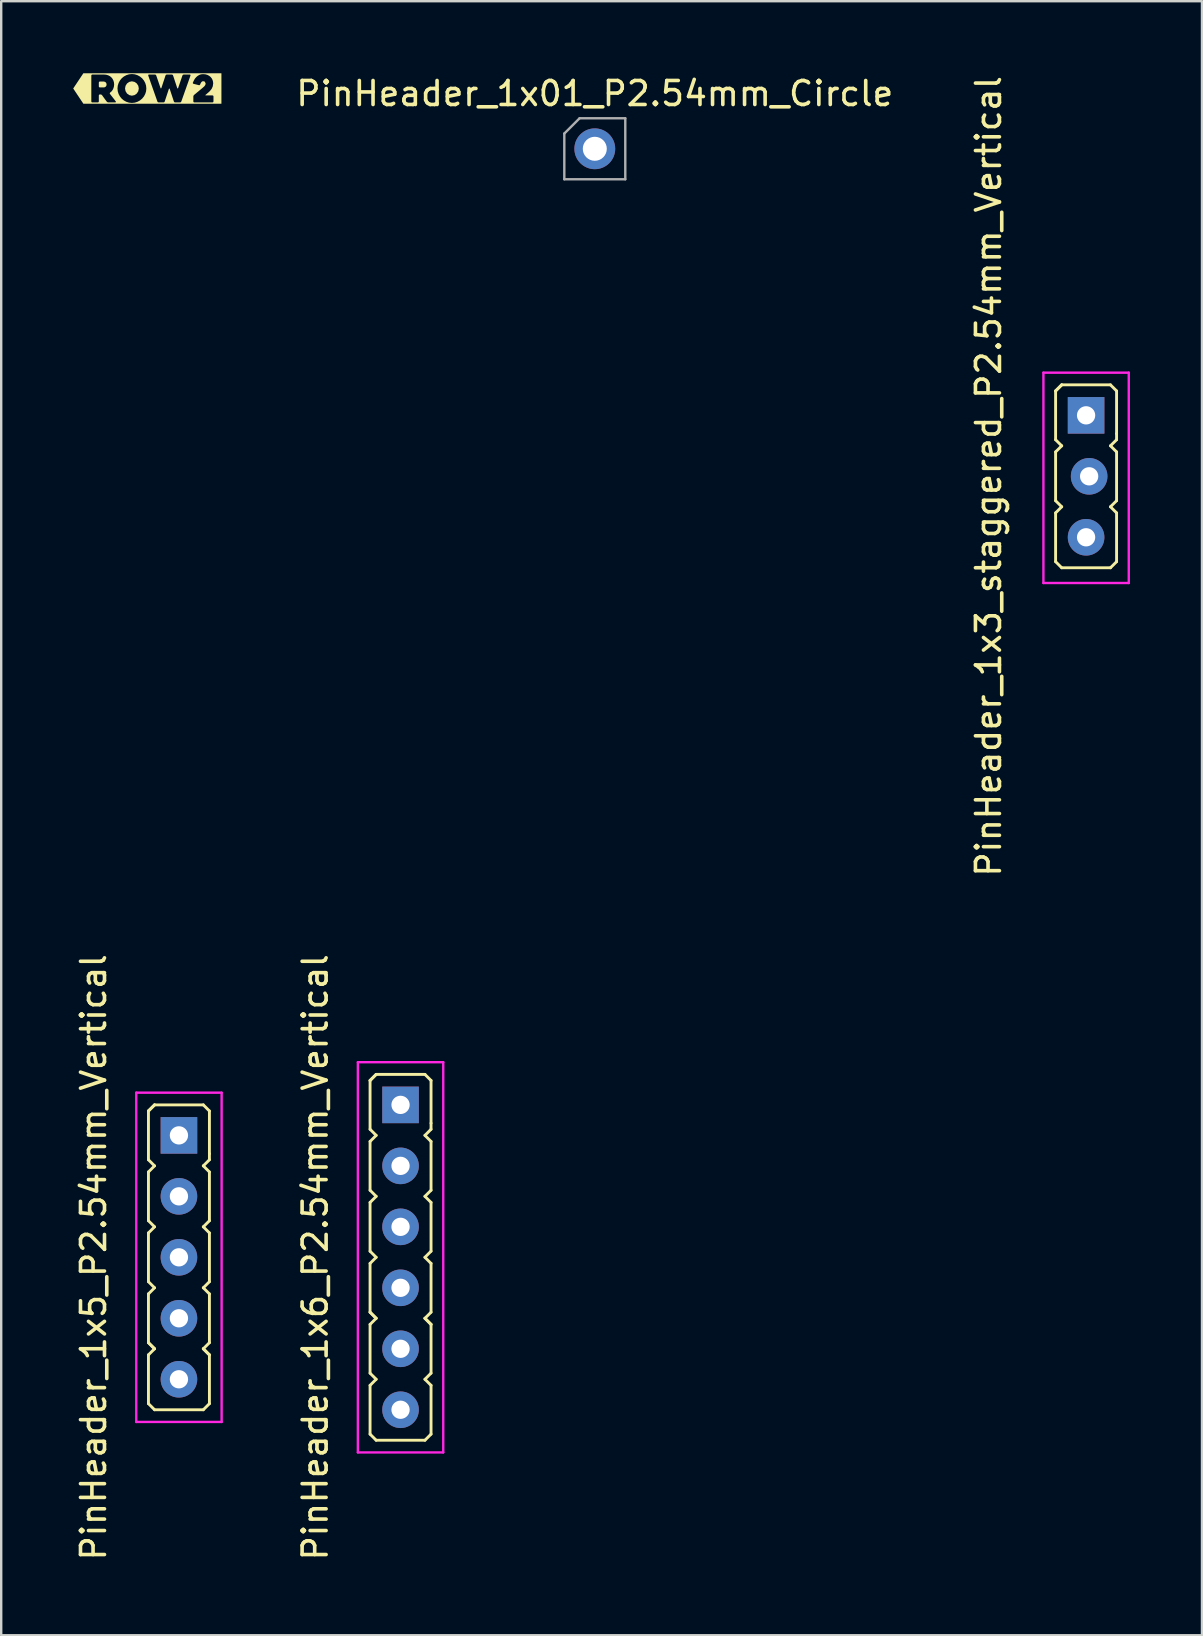
<source format=kicad_pcb>
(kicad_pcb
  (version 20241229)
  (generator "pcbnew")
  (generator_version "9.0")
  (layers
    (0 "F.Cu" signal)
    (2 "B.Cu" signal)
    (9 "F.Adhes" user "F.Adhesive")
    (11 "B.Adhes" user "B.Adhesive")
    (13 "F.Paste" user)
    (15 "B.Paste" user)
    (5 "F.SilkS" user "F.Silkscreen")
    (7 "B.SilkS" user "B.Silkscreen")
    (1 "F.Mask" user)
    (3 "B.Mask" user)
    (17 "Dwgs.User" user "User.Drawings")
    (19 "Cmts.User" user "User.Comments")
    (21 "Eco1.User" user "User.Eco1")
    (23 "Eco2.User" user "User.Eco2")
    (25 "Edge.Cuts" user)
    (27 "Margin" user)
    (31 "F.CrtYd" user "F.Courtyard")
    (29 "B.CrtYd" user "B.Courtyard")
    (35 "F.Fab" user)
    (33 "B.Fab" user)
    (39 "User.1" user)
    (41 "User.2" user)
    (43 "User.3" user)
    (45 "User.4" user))
  (footprint "PinHeader_1x01_P2.54mm_Circle"
    (layer "F.Cu")
    (at 21.728 3.148)
    (property "Reference" "PinHeader_1x01_P2.54mm_Circle" (at 0 -2.3 0) (layer "F.SilkS") (effects (font (size 1 1) (thickness 0.15))))
    (attr through_hole exclude_from_bom)
    (fp_line (start -1.27 -0.635) (end -0.635 -1.27) (stroke (width 0.1) (type solid)) (layer "F.Fab"))
    (fp_line (start -1.27 1.27) (end -1.27 -0.635) (stroke (width 0.1) (type solid)) (layer "F.Fab"))
    (fp_line (start -0.635 -1.27) (end 1.27 -1.27) (stroke (width 0.1) (type solid)) (layer "F.Fab"))
    (fp_line (start 1.27 -1.27) (end 1.27 1.27) (stroke (width 0.1) (type solid)) (layer "F.Fab"))
    (fp_line (start 1.27 1.27) (end -1.27 1.27) (stroke (width 0.1) (type solid)) (layer "F.Fab"))
    (pad "1" thru_hole circle (at 0 0) (size 1.7 1.7) (drill 1) (layers "*.Cu" "*.Mask")))
  (footprint "PinHeader_1x3_staggered_P2.54mm_Vertical"
    (layer "F.Cu")
    (at 42.194 16.792)
    (property "Reference" "PinHeader_1x3_staggered_P2.54mm_Vertical" (at -4.064 0 90) (layer "F.SilkS") (effects (font (size 1 1) (thickness 0.15))))
    (attr through_hole)
    (fp_line (start -1.27 -3.556) (end -1.016 -3.81) (stroke (width 0.12) (type solid)) (layer "F.SilkS"))
    (fp_line (start -1.27 -3.556) (end -1.016 -3.81) (stroke (width 0.12) (type solid)) (layer "F.SilkS"))
    (fp_line (start -1.27 -1.524) (end -1.27 -3.556) (stroke (width 0.12) (type solid)) (layer "F.SilkS"))
    (fp_line (start -1.27 -1.016) (end -1.016 -1.27) (stroke (width 0.12) (type solid)) (layer "F.SilkS"))
    (fp_line (start -1.27 1.016) (end -1.27 -1.016) (stroke (width 0.12) (type solid)) (layer "F.SilkS"))
    (fp_line (start -1.27 1.524) (end -1.016 1.27) (stroke (width 0.12) (type solid)) (layer "F.SilkS"))
    (fp_line (start -1.27 3.556) (end -1.27 1.524) (stroke (width 0.12) (type solid)) (layer "F.SilkS"))
    (fp_line (start -1.016 -1.27) (end -1.27 -1.524) (stroke (width 0.12) (type solid)) (layer "F.SilkS"))
    (fp_line (start -1.016 1.27) (end -1.27 1.016) (stroke (width 0.12) (type solid)) (layer "F.SilkS"))
    (fp_line (start -1.016 3.81) (end -1.27 3.556) (stroke (width 0.12) (type solid)) (layer "F.SilkS"))
    (fp_line (start 1.016 -3.81) (end -1.016 -3.81) (stroke (width 0.12) (type solid)) (layer "F.SilkS"))
    (fp_line (start 1.016 -1.27) (end 1.27 -1.016) (stroke (width 0.12) (type solid)) (layer "F.SilkS"))
    (fp_line (start 1.016 1.27) (end 1.27 1.524) (stroke (width 0.12) (type solid)) (layer "F.SilkS"))
    (fp_line (start 1.016 3.81) (end -1.016 3.81) (stroke (width 0.12) (type solid)) (layer "F.SilkS"))
    (fp_line (start 1.27 -3.556) (end 1.016 -3.81) (stroke (width 0.12) (type solid)) (layer "F.SilkS"))
    (fp_line (start 1.27 -3.556) (end 1.27 -1.778) (stroke (width 0.12) (type solid)) (layer "F.SilkS"))
    (fp_line (start 1.27 -1.778) (end 1.27 -1.524) (stroke (width 0.12) (type solid)) (layer "F.SilkS"))
    (fp_line (start 1.27 -1.524) (end 1.016 -1.27) (stroke (width 0.12) (type solid)) (layer "F.SilkS"))
    (fp_line (start 1.27 -1.016) (end 1.27 1.016) (stroke (width 0.12) (type solid)) (layer "F.SilkS"))
    (fp_line (start 1.27 1.016) (end 1.016 1.27) (stroke (width 0.12) (type solid)) (layer "F.SilkS"))
    (fp_line (start 1.27 1.524) (end 1.27 3.556) (stroke (width 0.12) (type solid)) (layer "F.SilkS"))
    (fp_line (start 1.27 3.556) (end 1.016 3.81) (stroke (width 0.12) (type solid)) (layer "F.SilkS"))
    (fp_line (start -1.778 4.445) (end -1.778 -4.318) (stroke (width 0.1) (type solid)) (layer "F.CrtYd"))
    (fp_line (start 1.778 -4.318) (end -1.778 -4.318) (stroke (width 0.1) (type solid)) (layer "F.CrtYd"))
    (fp_line (start 1.778 -4.318) (end 1.778 4.445) (stroke (width 0.1) (type solid)) (layer "F.CrtYd"))
    (fp_line (start 1.778 4.445) (end -1.778 4.445) (stroke (width 0.1) (type solid)) (layer "F.CrtYd"))
    (pad "1" thru_hole rect (at 0 -2.54) (size 1.524 1.524) (drill 0.762) (layers "*.Cu" "*.Mask"))
    (pad "2" thru_hole oval (at 0.127 0) (size 1.524 1.524) (drill 0.762) (layers "*.Cu" "*.Mask"))
    (pad "3" thru_hole oval (at 0 2.54) (size 1.524 1.524) (drill 0.762) (layers "*.Cu" "*.Mask")))
  (footprint "kibuzzard-63106F96"
    (layer "F.Cu")
    (at 3.087 0.636)
    (property "Reference" "kibuzzard-63106F96" (at 0 -0.635 0) (layer "F.SilkS") (effects (font (size 0.001 0.001) (thickness 0.000003))))
    (attr board_only exclude_from_pos_files exclude_from_bom)
    (fp_poly (pts (xy -1.982 -0.044) (xy -1.814 -0.044) (xy -1.774 -0.052) (xy -1.736 -0.074) (xy -1.708 -0.111) (xy -1.697 -0.164) (xy -1.702 -0.201) (xy -1.721 -0.242) (xy -1.758 -0.275) (xy -1.814 -0.289) (xy -1.982 -0.289) (xy -2.009 -0.278) (xy -2.02 -0.251) (xy -2.02 -0.083) (xy -2.009 -0.056) (xy -1.982 -0.044)) (stroke (width 0) (type solid)) (fill yes) (layer "F.SilkS"))
    (fp_poly (pts (xy -0.928 0) (xy -0.906 0.114) (xy -0.845 0.21) (xy -0.754 0.275) (xy -0.642 0.3) (xy -0.531 0.275) (xy -0.439 0.21) (xy -0.377 0.114) (xy -0.355 0) (xy -0.377 -0.114) (xy -0.439 -0.209) (xy -0.531 -0.274) (xy -0.642 -0.298) (xy -0.754 -0.274) (xy -0.845 -0.209) (xy -0.906 -0.114) (xy -0.928 0)) (stroke (width 0) (type solid)) (fill yes) (layer "F.SilkS"))
    (fp_poly (pts (xy -2.333 -0.635) (xy -2.322 -0.57) (xy -2.295 -0.581) (xy -1.801 -0.581) (xy -1.713 -0.573) (xy -1.632 -0.55) (xy -1.559 -0.513) (xy -1.499 -0.464) (xy -1.45 -0.403) (xy -1.413 -0.332) (xy -1.39 -0.252) (xy -1.382 -0.164) (xy -1.394 -0.063) (xy -1.428 0.032) (xy -1.481 0.112) (xy -1.243 0) (xy -1.231 -0.12) (xy -1.195 -0.233) (xy -1.139 -0.336) (xy -1.066 -0.425) (xy -0.978 -0.498) (xy -0.876 -0.554) (xy -0.763 -0.59) (xy -0.642 -0.602) (xy -0.522 -0.59) (xy -0.409 -0.554) (xy -0.307 -0.498) (xy -0.218 -0.425) (xy 0.039 -0.535) (xy 0.038 -0.568) (xy 0.062 -0.581) (xy 0.321 -0.581) (xy 0.351 -0.571) (xy 0.37 -0.546) (xy 0.551 -0.017) (xy 0.568 -0.002) (xy 0.585 -0.017) (xy 0.759 -0.545) (xy 0.778 -0.571) (xy 0.81 -0.581) (xy 1.021 -0.581) (xy 1.053 -0.571) (xy 1.072 -0.545) (xy 1.247 -0.014) (xy 1.263 0.002) (xy 1.282 -0.014) (xy 1.464 -0.546) (xy 1.485 -0.571) (xy 1.517 -0.581) (xy 1.774 -0.581) (xy 1.797 -0.568) (xy 1.799 -0.54) (xy 1.95 -0.356) (xy 1.989 -0.417) (xy 2.037 -0.473) (xy 2.094 -0.522) (xy 2.16 -0.563) (xy 2.236 -0.59) (xy 2.321 -0.598) (xy 2.422 -0.59) (xy 2.509 -0.564) (xy 2.581 -0.525) (xy 2.64 -0.475) (xy 2.686 -0.417) (xy 2.718 -0.352) (xy 2.737 -0.283) (xy 2.744 -0.214) (xy 2.727 -0.09) (xy 2.679 0.017) (xy 2.602 0.112) (xy 2.554 0.157) (xy 2.501 0.203) (xy 2.477 0.224) (xy 2.463 0.235) (xy 2.45 0.246) (xy 2.426 0.265) (xy 2.416 0.282) (xy 2.434 0.289) (xy 2.718 0.289) (xy 2.745 0.3) (xy 2.756 0.327) (xy 2.756 0.543) (xy 2.745 0.57) (xy 2.718 0.581) (xy 1.955 0.581) (xy 1.928 0.57) (xy 1.917 0.543) (xy 1.917 0.335) (xy 1.924 0.301) (xy 1.945 0.271) (xy 2.025 0.205) (xy 2.091 0.15) (xy 2.147 0.104) (xy 2.193 0.065) (xy 2.262 0.008) (xy 2.31 -0.032) (xy 2.374 -0.09) (xy 2.409 -0.137) (xy 2.425 -0.177) (xy 2.428 -0.214) (xy 2.394 -0.286) (xy 2.321 -0.305) (xy 2.278 -0.29) (xy 2.243 -0.253) (xy 2.217 -0.207) (xy 2.199 -0.164) (xy 2.181 -0.141) (xy 2.152 -0.137) (xy 1.921 -0.195) (xy 1.898 -0.214) (xy 1.896 -0.241) (xy 1.95 -0.356) (xy 1.799 -0.54) (xy 1.415 0.545) (xy 1.394 0.571) (xy 1.363 0.581) (xy 1.158 0.581) (xy 1.126 0.571) (xy 1.107 0.545) (xy 0.932 0.016) (xy 0.916 0) (xy 0.899 0.016) (xy 0.724 0.545) (xy 0.705 0.571) (xy 0.674 0.581) (xy 0.469 0.581) (xy 0.437 0.569) (xy 0.42 0.545) (xy 0.039 -0.535) (xy -0.218 -0.425) (xy -0.145 -0.336) (xy -0.088 -0.233) (xy -0.053 -0.12) (xy -0.041 0) (xy -0.053 0.12) (xy -0.088 0.233) (xy -0.145 0.336) (xy -0.218 0.425) (xy -0.307 0.498) (xy -0.409 0.554) (xy -0.522 0.59) (xy -0.642 0.602) (xy -0.763 0.59) (xy -0.876 0.554) (xy -0.978 0.498) (xy -1.066 0.425) (xy -1.139 0.336) (xy -1.195 0.233) (xy -1.231 0.12) (xy -1.243 0) (xy -1.481 0.112) (xy -1.549 0.171) (xy -1.566 0.194) (xy -1.56 0.221) (xy -1.498 0.301) (xy -1.433 0.384) (xy -1.37 0.465) (xy -1.314 0.538) (xy -1.309 0.566) (xy -1.33 0.581) (xy -1.625 0.581) (xy -1.659 0.572) (xy -1.687 0.551) (xy -1.738 0.484) (xy -1.788 0.416) (xy -1.838 0.347) (xy -1.887 0.278) (xy -1.914 0.256) (xy -1.947 0.248) (xy -1.982 0.248) (xy -2.009 0.259) (xy -2.02 0.286) (xy -2.02 0.543) (xy -2.032 0.57) (xy -2.059 0.581) (xy -2.295 0.581) (xy -2.322 0.57) (xy -2.333 0.543) (xy -2.333 -0.543) (xy -2.322 -0.57) (xy -2.333 -0.635) (xy -2.664 -0.635) (xy -3.087 0) (xy -2.664 0.635) (xy -2.333 0.635) (xy 2.756 0.635) (xy 3.087 0.635) (xy 3.087 -0.635) (xy 2.756 -0.635) (xy -2.333 -0.635)) (stroke (width 0) (type solid)) (fill yes) (layer "F.SilkS")))
  (footprint "PinHeader_1x6_P2.54mm_Vertical"
    (layer "F.Cu")
    (at 13.636 49.327)
    (property "Reference" "PinHeader_1x6_P2.54mm_Vertical" (at -3.556 0 90) (layer "F.SilkS") (effects (font (size 1 1) (thickness 0.15))))
    (attr through_hole)
    (fp_line (start -1.27 -7.366) (end -1.016 -7.62) (stroke (width 0.12) (type solid)) (layer "F.SilkS"))
    (fp_line (start -1.27 -7.366) (end -1.016 -7.62) (stroke (width 0.12) (type solid)) (layer "F.SilkS"))
    (fp_line (start -1.27 -5.334) (end -1.27 -7.366) (stroke (width 0.12) (type solid)) (layer "F.SilkS"))
    (fp_line (start -1.27 -4.826) (end -1.016 -5.08) (stroke (width 0.12) (type solid)) (layer "F.SilkS"))
    (fp_line (start -1.27 -2.794) (end -1.27 -4.826) (stroke (width 0.12) (type solid)) (layer "F.SilkS"))
    (fp_line (start -1.27 -2.286) (end -1.016 -2.54) (stroke (width 0.12) (type solid)) (layer "F.SilkS"))
    (fp_line (start -1.27 -0.254) (end -1.27 -2.286) (stroke (width 0.12) (type solid)) (layer "F.SilkS"))
    (fp_line (start -1.27 0.254) (end -1.016 0) (stroke (width 0.12) (type solid)) (layer "F.SilkS"))
    (fp_line (start -1.27 2.286) (end -1.27 0.254) (stroke (width 0.12) (type solid)) (layer "F.SilkS"))
    (fp_line (start -1.27 2.794) (end -1.016 2.54) (stroke (width 0.12) (type solid)) (layer "F.SilkS"))
    (fp_line (start -1.27 4.826) (end -1.27 2.794) (stroke (width 0.12) (type solid)) (layer "F.SilkS"))
    (fp_line (start -1.27 5.334) (end -1.016 5.08) (stroke (width 0.12) (type solid)) (layer "F.SilkS"))
    (fp_line (start -1.27 7.366) (end -1.27 5.334) (stroke (width 0.12) (type solid)) (layer "F.SilkS"))
    (fp_line (start -1.016 -5.08) (end -1.27 -5.334) (stroke (width 0.12) (type solid)) (layer "F.SilkS"))
    (fp_line (start -1.016 -2.54) (end -1.27 -2.794) (stroke (width 0.12) (type solid)) (layer "F.SilkS"))
    (fp_line (start -1.016 0) (end -1.27 -0.254) (stroke (width 0.12) (type solid)) (layer "F.SilkS"))
    (fp_line (start -1.016 2.54) (end -1.27 2.286) (stroke (width 0.12) (type solid)) (layer "F.SilkS"))
    (fp_line (start -1.016 2.54) (end -1.27 2.286) (stroke (width 0.12) (type solid)) (layer "F.SilkS"))
    (fp_line (start -1.016 5.08) (end -1.27 4.826) (stroke (width 0.12) (type solid)) (layer "F.SilkS"))
    (fp_line (start -1.016 7.62) (end -1.27 7.366) (stroke (width 0.12) (type solid)) (layer "F.SilkS"))
    (fp_line (start 1.016 -7.62) (end -1.016 -7.62) (stroke (width 0.12) (type solid)) (layer "F.SilkS"))
    (fp_line (start 1.016 -5.08) (end 1.27 -4.826) (stroke (width 0.12) (type solid)) (layer "F.SilkS"))
    (fp_line (start 1.016 -2.54) (end 1.27 -2.286) (stroke (width 0.12) (type solid)) (layer "F.SilkS"))
    (fp_line (start 1.016 0) (end 1.27 0.254) (stroke (width 0.12) (type solid)) (layer "F.SilkS"))
    (fp_line (start 1.016 2.54) (end 1.27 2.794) (stroke (width 0.12) (type solid)) (layer "F.SilkS"))
    (fp_line (start 1.016 2.54) (end 1.27 2.794) (stroke (width 0.12) (type solid)) (layer "F.SilkS"))
    (fp_line (start 1.016 5.08) (end 1.27 5.334) (stroke (width 0.12) (type solid)) (layer "F.SilkS"))
    (fp_line (start 1.016 7.62) (end -1.016 7.62) (stroke (width 0.12) (type solid)) (layer "F.SilkS"))
    (fp_line (start 1.27 -7.366) (end 1.016 -7.62) (stroke (width 0.12) (type solid)) (layer "F.SilkS"))
    (fp_line (start 1.27 -7.366) (end 1.27 -5.588) (stroke (width 0.12) (type solid)) (layer "F.SilkS"))
    (fp_line (start 1.27 -5.588) (end 1.27 -5.334) (stroke (width 0.12) (type solid)) (layer "F.SilkS"))
    (fp_line (start 1.27 -5.334) (end 1.016 -5.08) (stroke (width 0.12) (type solid)) (layer "F.SilkS"))
    (fp_line (start 1.27 -4.826) (end 1.27 -2.794) (stroke (width 0.12) (type solid)) (layer "F.SilkS"))
    (fp_line (start 1.27 -2.794) (end 1.016 -2.54) (stroke (width 0.12) (type solid)) (layer "F.SilkS"))
    (fp_line (start 1.27 -2.286) (end 1.27 -0.254) (stroke (width 0.12) (type solid)) (layer "F.SilkS"))
    (fp_line (start 1.27 -0.254) (end 1.016 0) (stroke (width 0.12) (type solid)) (layer "F.SilkS"))
    (fp_line (start 1.27 0.254) (end 1.27 2.286) (stroke (width 0.12) (type solid)) (layer "F.SilkS"))
    (fp_line (start 1.27 2.286) (end 1.016 2.54) (stroke (width 0.12) (type solid)) (layer "F.SilkS"))
    (fp_line (start 1.27 2.794) (end 1.27 4.826) (stroke (width 0.12) (type solid)) (layer "F.SilkS"))
    (fp_line (start 1.27 4.826) (end 1.016 5.08) (stroke (width 0.12) (type solid)) (layer "F.SilkS"))
    (fp_line (start 1.27 5.334) (end 1.27 7.366) (stroke (width 0.12) (type solid)) (layer "F.SilkS"))
    (fp_line (start 1.27 7.366) (end 1.016 7.62) (stroke (width 0.12) (type solid)) (layer "F.SilkS"))
    (fp_line (start -1.778 8.128) (end -1.778 -8.128) (stroke (width 0.1) (type solid)) (layer "F.CrtYd"))
    (fp_line (start -1.778 8.128) (end 1.778 8.128) (stroke (width 0.1) (type solid)) (layer "F.CrtYd"))
    (fp_line (start 1.778 -8.128) (end -1.778 -8.128) (stroke (width 0.1) (type solid)) (layer "F.CrtYd"))
    (fp_line (start 1.778 -8.128) (end 1.778 8.128) (stroke (width 0.1) (type solid)) (layer "F.CrtYd"))
    (pad "1" thru_hole rect (at 0 -6.35) (size 1.524 1.524) (drill 0.762) (layers "*.Cu" "*.Mask"))
    (pad "2" thru_hole oval (at 0 -3.81) (size 1.524 1.524) (drill 0.762) (layers "*.Cu" "*.Mask"))
    (pad "3" thru_hole oval (at 0 -1.27) (size 1.524 1.524) (drill 0.762) (layers "*.Cu" "*.Mask"))
    (pad "4" thru_hole oval (at 0 1.27) (size 1.524 1.524) (drill 0.762) (layers "*.Cu" "*.Mask"))
    (pad "5" thru_hole oval (at 0 3.81) (size 1.524 1.524) (drill 0.762) (layers "*.Cu" "*.Mask"))
    (pad "6" thru_hole oval (at 0 6.35) (size 1.524 1.524) (drill 0.762) (layers "*.Cu" "*.Mask")))
  (footprint "PinHeader_1x5_P2.54mm_Vertical"
    (layer "F.Cu")
    (at 4.404 49.327)
    (property "Reference" "PinHeader_1x5_P2.54mm_Vertical" (at -3.556 0 90) (layer "F.SilkS") (effects (font (size 1 1) (thickness 0.15))))
    (attr through_hole)
    (fp_line (start -1.27 -6.096) (end -1.016 -6.35) (stroke (width 0.12) (type solid)) (layer "F.SilkS"))
    (fp_line (start -1.27 -6.096) (end -1.016 -6.35) (stroke (width 0.12) (type solid)) (layer "F.SilkS"))
    (fp_line (start -1.27 -4.064) (end -1.27 -6.096) (stroke (width 0.12) (type solid)) (layer "F.SilkS"))
    (fp_line (start -1.27 -3.556) (end -1.016 -3.81) (stroke (width 0.12) (type solid)) (layer "F.SilkS"))
    (fp_line (start -1.27 -1.524) (end -1.27 -3.556) (stroke (width 0.12) (type solid)) (layer "F.SilkS"))
    (fp_line (start -1.27 -1.016) (end -1.016 -1.27) (stroke (width 0.12) (type solid)) (layer "F.SilkS"))
    (fp_line (start -1.27 1.016) (end -1.27 -1.016) (stroke (width 0.12) (type solid)) (layer "F.SilkS"))
    (fp_line (start -1.27 1.524) (end -1.016 1.27) (stroke (width 0.12) (type solid)) (layer "F.SilkS"))
    (fp_line (start -1.27 3.556) (end -1.27 1.524) (stroke (width 0.12) (type solid)) (layer "F.SilkS"))
    (fp_line (start -1.27 4.064) (end -1.016 3.81) (stroke (width 0.12) (type solid)) (layer "F.SilkS"))
    (fp_line (start -1.27 6.096) (end -1.27 4.064) (stroke (width 0.12) (type solid)) (layer "F.SilkS"))
    (fp_line (start -1.016 -3.81) (end -1.27 -4.064) (stroke (width 0.12) (type solid)) (layer "F.SilkS"))
    (fp_line (start -1.016 -1.27) (end -1.27 -1.524) (stroke (width 0.12) (type solid)) (layer "F.SilkS"))
    (fp_line (start -1.016 1.27) (end -1.27 1.016) (stroke (width 0.12) (type solid)) (layer "F.SilkS"))
    (fp_line (start -1.016 3.81) (end -1.27 3.556) (stroke (width 0.12) (type solid)) (layer "F.SilkS"))
    (fp_line (start -1.016 3.81) (end -1.27 3.556) (stroke (width 0.12) (type solid)) (layer "F.SilkS"))
    (fp_line (start -1.016 6.35) (end -1.27 6.096) (stroke (width 0.12) (type solid)) (layer "F.SilkS"))
    (fp_line (start -1.016 6.35) (end 1.016 6.35) (stroke (width 0.12) (type solid)) (layer "F.SilkS"))
    (fp_line (start 1.016 -6.35) (end -1.016 -6.35) (stroke (width 0.12) (type solid)) (layer "F.SilkS"))
    (fp_line (start 1.016 -3.81) (end 1.27 -3.556) (stroke (width 0.12) (type solid)) (layer "F.SilkS"))
    (fp_line (start 1.016 -1.27) (end 1.27 -1.016) (stroke (width 0.12) (type solid)) (layer "F.SilkS"))
    (fp_line (start 1.016 1.27) (end 1.27 1.524) (stroke (width 0.12) (type solid)) (layer "F.SilkS"))
    (fp_line (start 1.016 3.81) (end 1.27 4.064) (stroke (width 0.12) (type solid)) (layer "F.SilkS"))
    (fp_line (start 1.016 3.81) (end 1.27 4.064) (stroke (width 0.12) (type solid)) (layer "F.SilkS"))
    (fp_line (start 1.27 -6.096) (end 1.016 -6.35) (stroke (width 0.12) (type solid)) (layer "F.SilkS"))
    (fp_line (start 1.27 -6.096) (end 1.27 -4.318) (stroke (width 0.12) (type solid)) (layer "F.SilkS"))
    (fp_line (start 1.27 -4.318) (end 1.27 -4.064) (stroke (width 0.12) (type solid)) (layer "F.SilkS"))
    (fp_line (start 1.27 -4.064) (end 1.016 -3.81) (stroke (width 0.12) (type solid)) (layer "F.SilkS"))
    (fp_line (start 1.27 -3.556) (end 1.27 -1.524) (stroke (width 0.12) (type solid)) (layer "F.SilkS"))
    (fp_line (start 1.27 -1.524) (end 1.016 -1.27) (stroke (width 0.12) (type solid)) (layer "F.SilkS"))
    (fp_line (start 1.27 -1.016) (end 1.27 1.016) (stroke (width 0.12) (type solid)) (layer "F.SilkS"))
    (fp_line (start 1.27 1.016) (end 1.016 1.27) (stroke (width 0.12) (type solid)) (layer "F.SilkS"))
    (fp_line (start 1.27 1.524) (end 1.27 3.556) (stroke (width 0.12) (type solid)) (layer "F.SilkS"))
    (fp_line (start 1.27 3.556) (end 1.016 3.81) (stroke (width 0.12) (type solid)) (layer "F.SilkS"))
    (fp_line (start 1.27 4.064) (end 1.27 6.096) (stroke (width 0.12) (type solid)) (layer "F.SilkS"))
    (fp_line (start 1.27 6.096) (end 1.016 6.35) (stroke (width 0.12) (type solid)) (layer "F.SilkS"))
    (fp_line (start -1.778 6.858) (end -1.778 -6.858) (stroke (width 0.1) (type solid)) (layer "F.CrtYd"))
    (fp_line (start -1.778 6.858) (end 1.778 6.858) (stroke (width 0.1) (type solid)) (layer "F.CrtYd"))
    (fp_line (start 1.778 -6.858) (end -1.778 -6.858) (stroke (width 0.1) (type solid)) (layer "F.CrtYd"))
    (fp_line (start 1.778 -6.858) (end 1.778 6.858) (stroke (width 0.1) (type solid)) (layer "F.CrtYd"))
    (pad "1" thru_hole rect (at 0 -5.08) (size 1.524 1.524) (drill 0.762) (layers "*.Cu" "*.Mask"))
    (pad "2" thru_hole oval (at 0 -2.54) (size 1.524 1.524) (drill 0.762) (layers "*.Cu" "*.Mask"))
    (pad "3" thru_hole oval (at 0 0) (size 1.524 1.524) (drill 0.762) (layers "*.Cu" "*.Mask"))
    (pad "4" thru_hole oval (at 0 2.54) (size 1.524 1.524) (drill 0.762) (layers "*.Cu" "*.Mask"))
    (pad "5" thru_hole oval (at 0 5.08) (size 1.524 1.524) (drill 0.762) (layers "*.Cu" "*.Mask")))
  (gr_rect
    (start -3 -3)
    (end 47.022 65.071)
    (stroke (width 0.1) (type default))
    (fill no)
    (layer "Edge.Cuts")))
</source>
